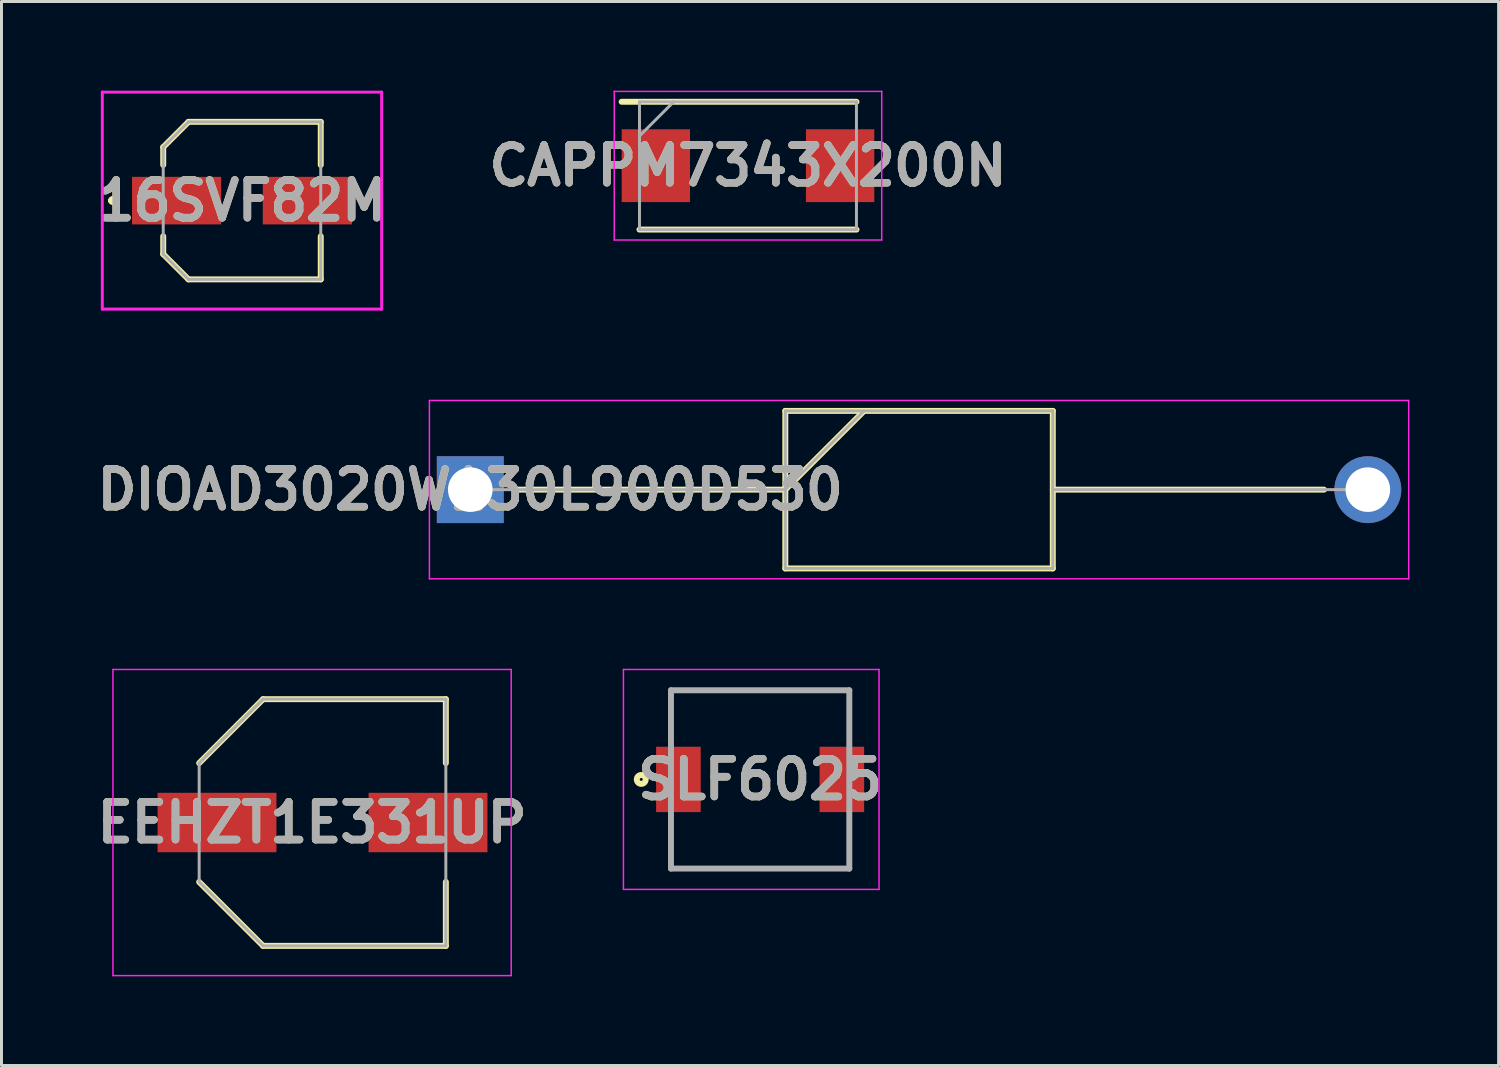
<source format=kicad_pcb>
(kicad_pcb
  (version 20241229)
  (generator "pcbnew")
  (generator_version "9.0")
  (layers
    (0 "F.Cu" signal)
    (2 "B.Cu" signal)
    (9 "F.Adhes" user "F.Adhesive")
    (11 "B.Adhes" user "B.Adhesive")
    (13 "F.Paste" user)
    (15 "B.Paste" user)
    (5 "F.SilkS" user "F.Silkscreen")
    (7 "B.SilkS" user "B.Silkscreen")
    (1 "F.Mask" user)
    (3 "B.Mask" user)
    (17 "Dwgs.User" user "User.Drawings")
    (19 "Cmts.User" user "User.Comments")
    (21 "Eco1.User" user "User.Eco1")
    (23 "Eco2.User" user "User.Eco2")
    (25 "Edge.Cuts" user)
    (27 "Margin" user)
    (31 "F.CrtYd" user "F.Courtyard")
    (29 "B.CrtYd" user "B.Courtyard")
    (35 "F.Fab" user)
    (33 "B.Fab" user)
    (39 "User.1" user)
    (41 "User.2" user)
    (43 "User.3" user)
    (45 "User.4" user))
  (footprint "CAPPM7343X200N"
    (layer "F.Cu")
    (at 22.117 2.525)
    (property "Reference" "CAPPM7343X200N" (at 0 0 0) (layer "F.SilkS") (effects (font (size 1.27 1.27) (thickness 0.254))))
    (attr smd)
    (fp_line (start -3.65 2.15) (end 3.65 2.15) (stroke (width 0.2) (type solid)) (layer "F.SilkS"))
    (fp_line (start 3.65 -2.15) (end -4.25 -2.15) (stroke (width 0.2) (type solid)) (layer "F.SilkS"))
    (fp_line (start -4.5 -2.5) (end 4.5 -2.5) (stroke (width 0.05) (type solid)) (layer "F.CrtYd"))
    (fp_line (start -4.5 2.5) (end -4.5 -2.5) (stroke (width 0.05) (type solid)) (layer "F.CrtYd"))
    (fp_line (start 4.5 -2.5) (end 4.5 2.5) (stroke (width 0.05) (type solid)) (layer "F.CrtYd"))
    (fp_line (start 4.5 2.5) (end -4.5 2.5) (stroke (width 0.05) (type solid)) (layer "F.CrtYd"))
    (fp_line (start -3.65 -2.15) (end 3.65 -2.15) (stroke (width 0.1) (type solid)) (layer "F.Fab"))
    (fp_line (start -3.65 -1) (end -2.5 -2.15) (stroke (width 0.1) (type solid)) (layer "F.Fab"))
    (fp_line (start -3.65 2.15) (end -3.65 -2.15) (stroke (width 0.1) (type solid)) (layer "F.Fab"))
    (fp_line (start 3.65 -2.15) (end 3.65 2.15) (stroke (width 0.1) (type solid)) (layer "F.Fab"))
    (fp_line (start 3.65 2.15) (end -3.65 2.15) (stroke (width 0.1) (type solid)) (layer "F.Fab"))
    (fp_text user "${REFERENCE}" (at 0 0 0) (layer "F.Fab") (effects (font (size 1.27 1.27) (thickness 0.254))))
    (pad "1" smd rect (at -3.1 0) (size 2.3 2.45) (layers "F.Cu" "F.Mask" "F.Paste"))
    (pad "2" smd rect (at 3.1 0) (size 2.3 2.45) (layers "F.Cu" "F.Mask" "F.Paste")))
  (footprint "EEHZT1E331UP"
    (layer "F.Cu")
    (at 7.801 24.625)
    (property "Reference" "EEHZT1E331UP" (at -0.35 0 0) (layer "F.SilkS") (effects (font (size 1.27 1.27) (thickness 0.254))))
    (attr smd)
    (fp_line (start -6.175 0) (end -6.175 0) (stroke (width 0.05) (type solid)) (layer "F.SilkS"))
    (fp_line (start -6.125 0) (end -6.125 0) (stroke (width 0.05) (type solid)) (layer "F.SilkS"))
    (fp_line (start -4.15 -2) (end -2 -4.15) (stroke (width 0.2) (type solid)) (layer "F.SilkS"))
    (fp_line (start -4.15 2) (end -2 4.15) (stroke (width 0.2) (type solid)) (layer "F.SilkS"))
    (fp_line (start -2 -4.15) (end 4.15 -4.15) (stroke (width 0.2) (type solid)) (layer "F.SilkS"))
    (fp_line (start -2 4.15) (end 4.15 4.15) (stroke (width 0.2) (type solid)) (layer "F.SilkS"))
    (fp_line (start 4.15 -4.15) (end 4.15 -2) (stroke (width 0.2) (type solid)) (layer "F.SilkS"))
    (fp_line (start 4.15 4.15) (end 4.15 2) (stroke (width 0.2) (type solid)) (layer "F.SilkS"))
    (fp_arc (start -6.175 0) (mid -6.15 -0.025) (end -6.125 0) (stroke (width 0.05) (type solid)) (layer "F.SilkS"))
    (fp_arc (start -6.125 0) (mid -6.15 0.025) (end -6.175 0) (stroke (width 0.05) (type solid)) (layer "F.SilkS"))
    (fp_line (start -7.05 -5.15) (end 6.35 -5.15) (stroke (width 0.05) (type solid)) (layer "F.CrtYd"))
    (fp_line (start -7.05 5.15) (end -7.05 -5.15) (stroke (width 0.05) (type solid)) (layer "F.CrtYd"))
    (fp_line (start 6.35 -5.15) (end 6.35 5.15) (stroke (width 0.05) (type solid)) (layer "F.CrtYd"))
    (fp_line (start 6.35 5.15) (end -7.05 5.15) (stroke (width 0.05) (type solid)) (layer "F.CrtYd"))
    (fp_line (start -4.15 -2) (end -2 -4.15) (stroke (width 0.1) (type solid)) (layer "F.Fab"))
    (fp_line (start -4.15 -2) (end -2 -4.15) (stroke (width 0.1) (type solid)) (layer "F.Fab"))
    (fp_line (start -4.15 2) (end -4.15 -2) (stroke (width 0.1) (type solid)) (layer "F.Fab"))
    (fp_line (start -2 -4.15) (end 4.15 -4.15) (stroke (width 0.1) (type solid)) (layer "F.Fab"))
    (fp_line (start -2 4.15) (end -4.15 2) (stroke (width 0.1) (type solid)) (layer "F.Fab"))
    (fp_line (start 4.15 -4.15) (end 4.15 4.15) (stroke (width 0.1) (type solid)) (layer "F.Fab"))
    (fp_line (start 4.15 4.15) (end -2 4.15) (stroke (width 0.1) (type solid)) (layer "F.Fab"))
    (fp_text user "${REFERENCE}" (at -0.35 0 0) (layer "F.Fab") (effects (font (size 1.27 1.27) (thickness 0.254))))
    (pad "1" smd rect (at -3.55 0 90) (size 2 4) (layers "F.Cu" "F.Mask" "F.Paste"))
    (pad "2" smd rect (at 3.55 0 90) (size 2 4) (layers "F.Cu" "F.Mask" "F.Paste")))
  (footprint "16SVF82M"
    (layer "F.Cu")
    (at 5.092 3.7)
    (property "Reference" "16SVF82M" (at 0 0 0) (layer "F.SilkS") (effects (font (size 1.27 1.27) (thickness 0.254))))
    (attr smd)
    (fp_line (start -4.4 0) (end -4.4 0) (stroke (width 0.2) (type solid)) (layer "F.SilkS"))
    (fp_line (start -4.3 0) (end -4.3 0) (stroke (width 0.2) (type solid)) (layer "F.SilkS"))
    (fp_line (start -4.3 0) (end -4.3 0) (stroke (width 0.2) (type solid)) (layer "F.SilkS"))
    (fp_line (start -2.65 -1.8) (end -1.8 -2.65) (stroke (width 0.2) (type solid)) (layer "F.SilkS"))
    (fp_line (start -2.65 -1.2) (end -2.65 -1.8) (stroke (width 0.2) (type solid)) (layer "F.SilkS"))
    (fp_line (start -2.65 1.2) (end -2.65 1.8) (stroke (width 0.2) (type solid)) (layer "F.SilkS"))
    (fp_line (start -2.65 1.8) (end -1.8 2.65) (stroke (width 0.2) (type solid)) (layer "F.SilkS"))
    (fp_line (start -1.8 -2.65) (end 2.65 -2.65) (stroke (width 0.2) (type solid)) (layer "F.SilkS"))
    (fp_line (start -1.8 2.65) (end 2.65 2.65) (stroke (width 0.2) (type solid)) (layer "F.SilkS"))
    (fp_line (start 2.65 -2.65) (end 2.65 -1.2) (stroke (width 0.2) (type solid)) (layer "F.SilkS"))
    (fp_line (start 2.65 2.65) (end 2.65 1.2) (stroke (width 0.2) (type solid)) (layer "F.SilkS"))
    (fp_arc (start -4.4 0) (mid -4.35 -0.05) (end -4.3 0) (stroke (width 0.2) (type solid)) (layer "F.SilkS"))
    (fp_arc (start -4.4 0) (mid -4.35 -0.05) (end -4.3 0) (stroke (width 0.2) (type solid)) (layer "F.SilkS"))
    (fp_arc (start -4.3 0) (mid -4.35 0.05) (end -4.4 0) (stroke (width 0.2) (type solid)) (layer "F.SilkS"))
    (fp_line (start -4.7 -3.65) (end 4.7 -3.65) (stroke (width 0.1) (type solid)) (layer "F.CrtYd"))
    (fp_line (start -4.7 3.65) (end -4.7 -3.65) (stroke (width 0.1) (type solid)) (layer "F.CrtYd"))
    (fp_line (start 4.7 -3.65) (end 4.7 3.65) (stroke (width 0.1) (type solid)) (layer "F.CrtYd"))
    (fp_line (start 4.7 3.65) (end -4.7 3.65) (stroke (width 0.1) (type solid)) (layer "F.CrtYd"))
    (fp_line (start -2.65 -1.8) (end -1.8 -2.65) (stroke (width 0.1) (type solid)) (layer "F.Fab"))
    (fp_line (start -2.65 -1.2) (end -2.65 -1.8) (stroke (width 0.1) (type solid)) (layer "F.Fab"))
    (fp_line (start -2.65 1.8) (end -2.65 -1.2) (stroke (width 0.1) (type solid)) (layer "F.Fab"))
    (fp_line (start -1.8 -2.65) (end 2.65 -2.65) (stroke (width 0.1) (type solid)) (layer "F.Fab"))
    (fp_line (start -1.8 2.65) (end -2.65 1.8) (stroke (width 0.1) (type solid)) (layer "F.Fab"))
    (fp_line (start 2.65 -2.65) (end 2.65 2.65) (stroke (width 0.1) (type solid)) (layer "F.Fab"))
    (fp_line (start 2.65 2.65) (end -1.8 2.65) (stroke (width 0.1) (type solid)) (layer "F.Fab"))
    (fp_text user "${REFERENCE}" (at 0 0 0) (layer "F.Fab") (effects (font (size 1.27 1.27) (thickness 0.254))))
    (pad "1" smd rect (at -2.2 0 90) (size 1.6 3) (layers "F.Cu" "F.Mask" "F.Paste"))
    (pad "2" smd rect (at 2.2 0 90) (size 1.6 3) (layers "F.Cu" "F.Mask" "F.Paste")))
  (footprint "DIOAD3020W130L900D530"
    (layer "F.Cu")
    (at 12.773 13.425)
    (property "Reference" "DIOAD3020W130L900D530" (at 0 0 0) (layer "F.SilkS") (effects (font (size 1.27 1.27) (thickness 0.254))))
    (attr through_hole)
    (fp_line (start 1.475 0) (end 10.6 0) (stroke (width 0.2) (type solid)) (layer "F.SilkS"))
    (fp_line (start 10.6 -2.65) (end 19.6 -2.65) (stroke (width 0.2) (type solid)) (layer "F.SilkS"))
    (fp_line (start 10.6 0) (end 13.25 -2.65) (stroke (width 0.2) (type solid)) (layer "F.SilkS"))
    (fp_line (start 10.6 2.65) (end 10.6 -2.65) (stroke (width 0.2) (type solid)) (layer "F.SilkS"))
    (fp_line (start 19.6 -2.65) (end 19.6 2.65) (stroke (width 0.2) (type solid)) (layer "F.SilkS"))
    (fp_line (start 19.6 0) (end 28.725 0) (stroke (width 0.2) (type solid)) (layer "F.SilkS"))
    (fp_line (start 19.6 2.65) (end 10.6 2.65) (stroke (width 0.2) (type solid)) (layer "F.SilkS"))
    (fp_line (start -1.375 -3) (end 31.575 -3) (stroke (width 0.05) (type solid)) (layer "F.CrtYd"))
    (fp_line (start -1.375 3) (end -1.375 -3) (stroke (width 0.05) (type solid)) (layer "F.CrtYd"))
    (fp_line (start 31.575 -3) (end 31.575 3) (stroke (width 0.05) (type solid)) (layer "F.CrtYd"))
    (fp_line (start 31.575 3) (end -1.375 3) (stroke (width 0.05) (type solid)) (layer "F.CrtYd"))
    (fp_line (start 0 0) (end 10.6 0) (stroke (width 0.1) (type solid)) (layer "F.Fab"))
    (fp_line (start 10.6 -2.65) (end 19.6 -2.65) (stroke (width 0.1) (type solid)) (layer "F.Fab"))
    (fp_line (start 10.6 0) (end 13.25 -2.65) (stroke (width 0.1) (type solid)) (layer "F.Fab"))
    (fp_line (start 10.6 2.65) (end 10.6 -2.65) (stroke (width 0.1) (type solid)) (layer "F.Fab"))
    (fp_line (start 19.6 -2.65) (end 19.6 2.65) (stroke (width 0.1) (type solid)) (layer "F.Fab"))
    (fp_line (start 19.6 0) (end 30.2 0) (stroke (width 0.1) (type solid)) (layer "F.Fab"))
    (fp_line (start 19.6 2.65) (end 10.6 2.65) (stroke (width 0.1) (type solid)) (layer "F.Fab"))
    (fp_text user "${REFERENCE}" (at 0 0 0) (layer "F.Fab") (effects (font (size 1.27 1.27) (thickness 0.254))))
    (pad "1" thru_hole rect (at 0 0) (size 2.25 2.25) (drill 1.5) (layers "*.Cu" "*.Mask"))
    (pad "2" thru_hole circle (at 30.2 0) (size 2.25 2.25) (drill 1.5) (layers "*.Cu" "*.Mask")))
  (footprint "SLF6025"
    (layer "F.Cu")
    (at 22.526 23.175)
    (property "Reference" "SLF6025" (at 0 0 0) (layer "F.SilkS") (effects (font (size 1.27 1.27) (thickness 0.254))))
    (attr smd)
    (fp_line (start -3 -3) (end 3 -3) (stroke (width 0.1) (type solid)) (layer "F.SilkS"))
    (fp_line (start 3 3) (end -3 3) (stroke (width 0.1) (type solid)) (layer "F.SilkS"))
    (fp_circle (center -4 0) (end -4 0.05) (stroke (width 0.2) (type solid)) (fill no) (layer "F.SilkS"))
    (fp_line (start -4.6 -3.7) (end 4 -3.7) (stroke (width 0.05) (type solid)) (layer "F.CrtYd"))
    (fp_line (start -4.6 3.7) (end -4.6 -3.7) (stroke (width 0.05) (type solid)) (layer "F.CrtYd"))
    (fp_line (start 4 -3.7) (end 4 3.7) (stroke (width 0.05) (type solid)) (layer "F.CrtYd"))
    (fp_line (start 4 3.7) (end -4.6 3.7) (stroke (width 0.05) (type solid)) (layer "F.CrtYd"))
    (fp_line (start -3 -3) (end 3 -3) (stroke (width 0.2) (type solid)) (layer "F.Fab"))
    (fp_line (start -3 3) (end -3 -3) (stroke (width 0.2) (type solid)) (layer "F.Fab"))
    (fp_line (start 3 -3) (end 3 3) (stroke (width 0.2) (type solid)) (layer "F.Fab"))
    (fp_line (start 3 3) (end -3 3) (stroke (width 0.2) (type solid)) (layer "F.Fab"))
    (fp_text user "${REFERENCE}" (at 0 0 0) (layer "F.Fab") (effects (font (size 1.27 1.27) (thickness 0.254))))
    (pad "1" smd rect (at -2.75 0) (size 1.5 2.2) (layers "F.Cu" "F.Mask" "F.Paste"))
    (pad "2" smd rect (at 2.75 0) (size 1.5 2.2) (layers "F.Cu" "F.Mask" "F.Paste")))
  (gr_rect
    (start -3 -3)
    (end 47.373 32.8)
    (stroke (width 0.1) (type default))
    (fill no)
    (layer "Edge.Cuts")))
</source>
